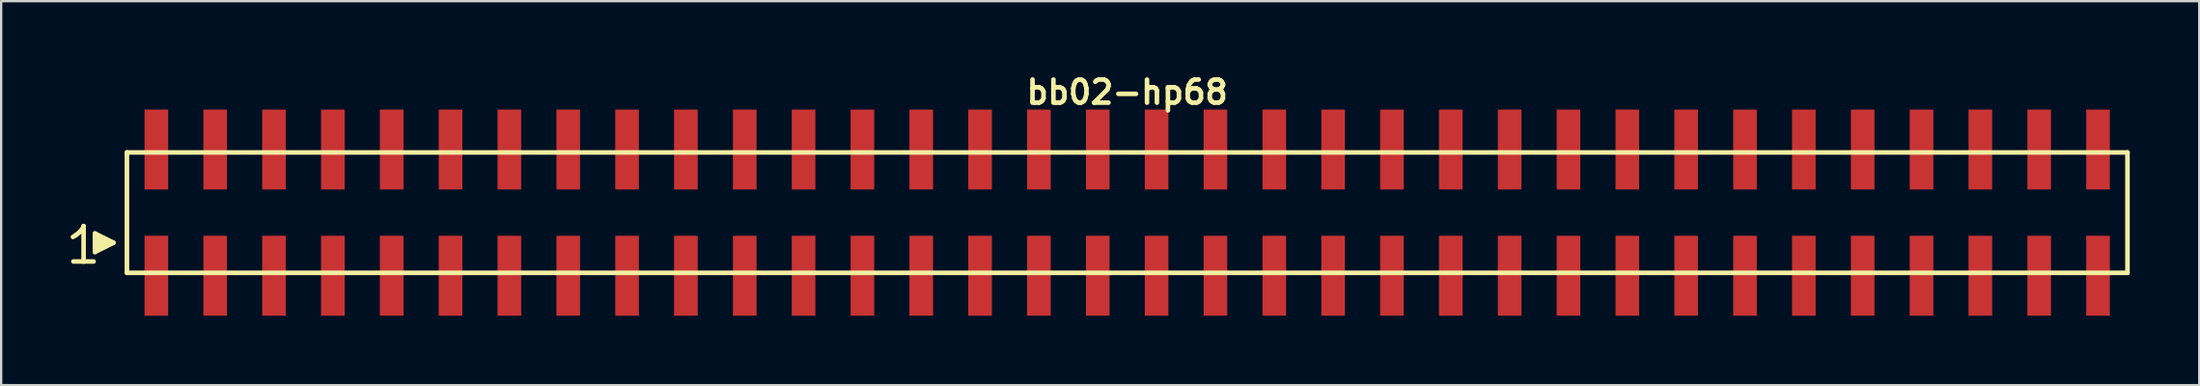
<source format=kicad_pcb>
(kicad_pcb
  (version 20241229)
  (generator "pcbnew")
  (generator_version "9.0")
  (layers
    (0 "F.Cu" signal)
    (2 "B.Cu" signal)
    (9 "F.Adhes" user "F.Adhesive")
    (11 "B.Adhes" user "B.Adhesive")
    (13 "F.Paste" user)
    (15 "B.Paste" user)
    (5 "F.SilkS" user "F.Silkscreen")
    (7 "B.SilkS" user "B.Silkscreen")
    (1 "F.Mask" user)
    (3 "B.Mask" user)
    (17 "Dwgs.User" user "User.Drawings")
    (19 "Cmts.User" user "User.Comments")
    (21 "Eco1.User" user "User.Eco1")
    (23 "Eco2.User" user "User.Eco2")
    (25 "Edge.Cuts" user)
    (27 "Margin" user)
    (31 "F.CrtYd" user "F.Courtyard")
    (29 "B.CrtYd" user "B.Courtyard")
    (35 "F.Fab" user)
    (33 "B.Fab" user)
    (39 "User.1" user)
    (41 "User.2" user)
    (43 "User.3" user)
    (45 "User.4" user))
  (footprint "bb02-hp68"
    (layer "F.Cu")
    (at 45.609 6.132)
    (property "Reference" "bb02-hp68" (at 0 -5.2 0) (layer "F.SilkS") (effects (font (size 0.998 0.998) (thickness 0.198))))
    (attr smd)
    (fp_line (start -45.51 1.05) (end -45.38 0.97) (stroke (width 0.198) (type solid)) (layer "F.SilkS"))
    (fp_line (start -45.38 0.97) (end -45.22 0.84) (stroke (width 0.198) (type solid)) (layer "F.SilkS"))
    (fp_line (start -45.22 0.84) (end -45.08 0.67) (stroke (width 0.198) (type solid)) (layer "F.SilkS"))
    (fp_line (start -45.08 0.67) (end -45.05 0.58) (stroke (width 0.198) (type solid)) (layer "F.SilkS"))
    (fp_line (start -45.05 0.58) (end -45.05 2.11) (stroke (width 0.198) (type solid)) (layer "F.SilkS"))
    (fp_line (start -45.05 2.11) (end -45.49 2.11) (stroke (width 0.198) (type solid)) (layer "F.SilkS"))
    (fp_line (start -44.62 2.11) (end -45.06 2.11) (stroke (width 0.198) (type solid)) (layer "F.SilkS"))
    (fp_line (start -44.56 0.9) (end -43.76 1.3) (stroke (width 0.198) (type solid)) (layer "F.SilkS"))
    (fp_line (start -44.56 1.7) (end -44.56 0.9) (stroke (width 0.198) (type solid)) (layer "F.SilkS"))
    (fp_line (start -44.46 1.6) (end -44.46 1) (stroke (width 0.198) (type solid)) (layer "F.SilkS"))
    (fp_line (start -44.36 1.1) (end -44.36 1.5) (stroke (width 0.198) (type solid)) (layer "F.SilkS"))
    (fp_line (start -44.26 1.5) (end -44.26 1.1) (stroke (width 0.198) (type solid)) (layer "F.SilkS"))
    (fp_line (start -44.16 1.2) (end -44.16 1.4) (stroke (width 0.198) (type solid)) (layer "F.SilkS"))
    (fp_line (start -44.06 1.4) (end -44.06 1.2) (stroke (width 0.198) (type solid)) (layer "F.SilkS"))
    (fp_line (start -43.76 1.3) (end -44.56 1.7) (stroke (width 0.198) (type solid)) (layer "F.SilkS"))
    (fp_line (start -43.18 -2.6) (end -43.18 2.6) (stroke (width 0.198) (type solid)) (layer "F.SilkS"))
    (fp_line (start -43.18 -2.6) (end 43.18 -2.6) (stroke (width 0.198) (type solid)) (layer "F.SilkS"))
    (fp_line (start 43.18 2.6) (end -43.18 2.6) (stroke (width 0.198) (type solid)) (layer "F.SilkS"))
    (fp_line (start 43.18 2.6) (end 43.18 -2.6) (stroke (width 0.198) (type solid)) (layer "F.SilkS"))
    (pad "1" smd rect (at -41.91 2.725) (size 1.02 3.45) (layers "F.Cu" "F.Mask" "F.Paste"))
    (pad "2" smd rect (at -41.91 -2.725) (size 1.02 3.45) (layers "F.Cu" "F.Mask" "F.Paste"))
    (pad "3" smd rect (at -39.37 2.725) (size 1.02 3.45) (layers "F.Cu" "F.Mask" "F.Paste"))
    (pad "4" smd rect (at -39.37 -2.725) (size 1.02 3.45) (layers "F.Cu" "F.Mask" "F.Paste"))
    (pad "5" smd rect (at -36.83 2.725) (size 1.02 3.45) (layers "F.Cu" "F.Mask" "F.Paste"))
    (pad "6" smd rect (at -36.83 -2.725) (size 1.02 3.45) (layers "F.Cu" "F.Mask" "F.Paste"))
    (pad "7" smd rect (at -34.29 2.725) (size 1.02 3.45) (layers "F.Cu" "F.Mask" "F.Paste"))
    (pad "8" smd rect (at -34.29 -2.725) (size 1.02 3.45) (layers "F.Cu" "F.Mask" "F.Paste"))
    (pad "9" smd rect (at -31.75 2.725) (size 1.02 3.45) (layers "F.Cu" "F.Mask" "F.Paste"))
    (pad "10" smd rect (at -31.75 -2.725) (size 1.02 3.45) (layers "F.Cu" "F.Mask" "F.Paste"))
    (pad "11" smd rect (at -29.21 2.725) (size 1.02 3.45) (layers "F.Cu" "F.Mask" "F.Paste"))
    (pad "12" smd rect (at -29.21 -2.725) (size 1.02 3.45) (layers "F.Cu" "F.Mask" "F.Paste"))
    (pad "13" smd rect (at -26.67 2.725) (size 1.02 3.45) (layers "F.Cu" "F.Mask" "F.Paste"))
    (pad "14" smd rect (at -26.67 -2.725) (size 1.02 3.45) (layers "F.Cu" "F.Mask" "F.Paste"))
    (pad "15" smd rect (at -24.13 2.725) (size 1.02 3.45) (layers "F.Cu" "F.Mask" "F.Paste"))
    (pad "16" smd rect (at -24.13 -2.725) (size 1.02 3.45) (layers "F.Cu" "F.Mask" "F.Paste"))
    (pad "17" smd rect (at -21.59 2.725) (size 1.02 3.45) (layers "F.Cu" "F.Mask" "F.Paste"))
    (pad "18" smd rect (at -21.59 -2.725) (size 1.02 3.45) (layers "F.Cu" "F.Mask" "F.Paste"))
    (pad "19" smd rect (at -19.05 2.725) (size 1.02 3.45) (layers "F.Cu" "F.Mask" "F.Paste"))
    (pad "20" smd rect (at -19.05 -2.725) (size 1.02 3.45) (layers "F.Cu" "F.Mask" "F.Paste"))
    (pad "21" smd rect (at -16.51 2.725) (size 1.02 3.45) (layers "F.Cu" "F.Mask" "F.Paste"))
    (pad "22" smd rect (at -16.51 -2.725) (size 1.02 3.45) (layers "F.Cu" "F.Mask" "F.Paste"))
    (pad "23" smd rect (at -13.97 2.725) (size 1.02 3.45) (layers "F.Cu" "F.Mask" "F.Paste"))
    (pad "24" smd rect (at -13.97 -2.725) (size 1.02 3.45) (layers "F.Cu" "F.Mask" "F.Paste"))
    (pad "25" smd rect (at -11.43 2.725) (size 1.02 3.45) (layers "F.Cu" "F.Mask" "F.Paste"))
    (pad "26" smd rect (at -11.43 -2.725) (size 1.02 3.45) (layers "F.Cu" "F.Mask" "F.Paste"))
    (pad "27" smd rect (at -8.89 2.725) (size 1.02 3.45) (layers "F.Cu" "F.Mask" "F.Paste"))
    (pad "28" smd rect (at -8.89 -2.725) (size 1.02 3.45) (layers "F.Cu" "F.Mask" "F.Paste"))
    (pad "29" smd rect (at -6.35 2.725) (size 1.02 3.45) (layers "F.Cu" "F.Mask" "F.Paste"))
    (pad "30" smd rect (at -6.35 -2.725) (size 1.02 3.45) (layers "F.Cu" "F.Mask" "F.Paste"))
    (pad "31" smd rect (at -3.81 2.725) (size 1.02 3.45) (layers "F.Cu" "F.Mask" "F.Paste"))
    (pad "32" smd rect (at -3.81 -2.725) (size 1.02 3.45) (layers "F.Cu" "F.Mask" "F.Paste"))
    (pad "33" smd rect (at -1.27 2.725) (size 1.02 3.45) (layers "F.Cu" "F.Mask" "F.Paste"))
    (pad "34" smd rect (at -1.27 -2.725) (size 1.02 3.45) (layers "F.Cu" "F.Mask" "F.Paste"))
    (pad "35" smd rect (at 1.27 2.725) (size 1.02 3.45) (layers "F.Cu" "F.Mask" "F.Paste"))
    (pad "36" smd rect (at 1.27 -2.725) (size 1.02 3.45) (layers "F.Cu" "F.Mask" "F.Paste"))
    (pad "37" smd rect (at 3.81 2.725) (size 1.02 3.45) (layers "F.Cu" "F.Mask" "F.Paste"))
    (pad "38" smd rect (at 3.81 -2.725) (size 1.02 3.45) (layers "F.Cu" "F.Mask" "F.Paste"))
    (pad "39" smd rect (at 6.35 2.725) (size 1.02 3.45) (layers "F.Cu" "F.Mask" "F.Paste"))
    (pad "40" smd rect (at 6.35 -2.725) (size 1.02 3.45) (layers "F.Cu" "F.Mask" "F.Paste"))
    (pad "41" smd rect (at 8.89 2.725) (size 1.02 3.45) (layers "F.Cu" "F.Mask" "F.Paste"))
    (pad "42" smd rect (at 8.89 -2.725) (size 1.02 3.45) (layers "F.Cu" "F.Mask" "F.Paste"))
    (pad "43" smd rect (at 11.43 2.725) (size 1.02 3.45) (layers "F.Cu" "F.Mask" "F.Paste"))
    (pad "44" smd rect (at 11.43 -2.725) (size 1.02 3.45) (layers "F.Cu" "F.Mask" "F.Paste"))
    (pad "45" smd rect (at 13.97 2.725) (size 1.02 3.45) (layers "F.Cu" "F.Mask" "F.Paste"))
    (pad "46" smd rect (at 13.97 -2.725) (size 1.02 3.45) (layers "F.Cu" "F.Mask" "F.Paste"))
    (pad "47" smd rect (at 16.51 2.725) (size 1.02 3.45) (layers "F.Cu" "F.Mask" "F.Paste"))
    (pad "48" smd rect (at 16.51 -2.725) (size 1.02 3.45) (layers "F.Cu" "F.Mask" "F.Paste"))
    (pad "49" smd rect (at 19.05 2.725) (size 1.02 3.45) (layers "F.Cu" "F.Mask" "F.Paste"))
    (pad "50" smd rect (at 19.05 -2.725) (size 1.02 3.45) (layers "F.Cu" "F.Mask" "F.Paste"))
    (pad "51" smd rect (at 21.59 2.725) (size 1.02 3.45) (layers "F.Cu" "F.Mask" "F.Paste"))
    (pad "52" smd rect (at 21.59 -2.725) (size 1.02 3.45) (layers "F.Cu" "F.Mask" "F.Paste"))
    (pad "53" smd rect (at 24.13 2.725) (size 1.02 3.45) (layers "F.Cu" "F.Mask" "F.Paste"))
    (pad "54" smd rect (at 24.13 -2.725) (size 1.02 3.45) (layers "F.Cu" "F.Mask" "F.Paste"))
    (pad "55" smd rect (at 26.67 2.725) (size 1.02 3.45) (layers "F.Cu" "F.Mask" "F.Paste"))
    (pad "56" smd rect (at 26.67 -2.725) (size 1.02 3.45) (layers "F.Cu" "F.Mask" "F.Paste"))
    (pad "57" smd rect (at 29.21 2.725) (size 1.02 3.45) (layers "F.Cu" "F.Mask" "F.Paste"))
    (pad "58" smd rect (at 29.21 -2.725) (size 1.02 3.45) (layers "F.Cu" "F.Mask" "F.Paste"))
    (pad "59" smd rect (at 31.75 2.725) (size 1.02 3.45) (layers "F.Cu" "F.Mask" "F.Paste"))
    (pad "60" smd rect (at 31.75 -2.725) (size 1.02 3.45) (layers "F.Cu" "F.Mask" "F.Paste"))
    (pad "61" smd rect (at 34.29 2.725) (size 1.02 3.45) (layers "F.Cu" "F.Mask" "F.Paste"))
    (pad "62" smd rect (at 34.29 -2.725) (size 1.02 3.45) (layers "F.Cu" "F.Mask" "F.Paste"))
    (pad "63" smd rect (at 36.83 2.725) (size 1.02 3.45) (layers "F.Cu" "F.Mask" "F.Paste"))
    (pad "64" smd rect (at 36.83 -2.725) (size 1.02 3.45) (layers "F.Cu" "F.Mask" "F.Paste"))
    (pad "65" smd rect (at 39.37 2.725) (size 1.02 3.45) (layers "F.Cu" "F.Mask" "F.Paste"))
    (pad "66" smd rect (at 39.37 -2.725) (size 1.02 3.45) (layers "F.Cu" "F.Mask" "F.Paste"))
    (pad "67" smd rect (at 41.91 2.725) (size 1.02 3.45) (layers "F.Cu" "F.Mask" "F.Paste"))
    (pad "68" smd rect (at 41.91 -2.725) (size 1.02 3.45) (layers "F.Cu" "F.Mask" "F.Paste")))
  (gr_rect
    (start -3 -3)
    (end 91.888 13.582)
    (stroke (width 0.1) (type default))
    (fill no)
    (layer "Edge.Cuts")))
</source>
